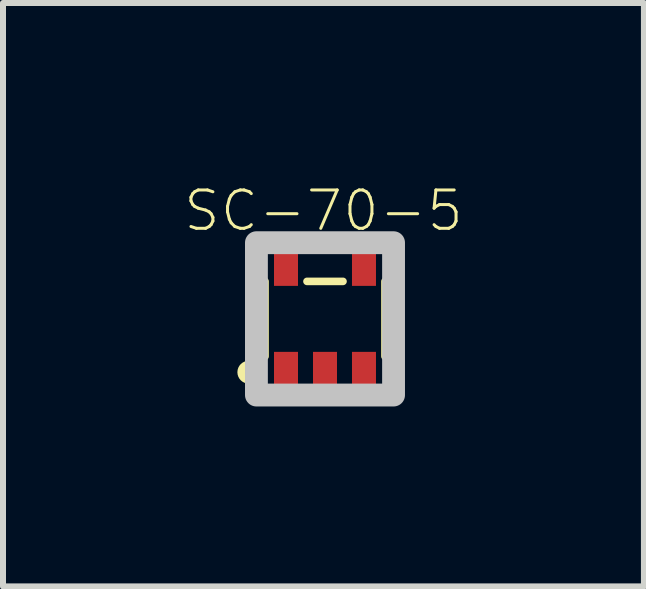
<source format=kicad_pcb>
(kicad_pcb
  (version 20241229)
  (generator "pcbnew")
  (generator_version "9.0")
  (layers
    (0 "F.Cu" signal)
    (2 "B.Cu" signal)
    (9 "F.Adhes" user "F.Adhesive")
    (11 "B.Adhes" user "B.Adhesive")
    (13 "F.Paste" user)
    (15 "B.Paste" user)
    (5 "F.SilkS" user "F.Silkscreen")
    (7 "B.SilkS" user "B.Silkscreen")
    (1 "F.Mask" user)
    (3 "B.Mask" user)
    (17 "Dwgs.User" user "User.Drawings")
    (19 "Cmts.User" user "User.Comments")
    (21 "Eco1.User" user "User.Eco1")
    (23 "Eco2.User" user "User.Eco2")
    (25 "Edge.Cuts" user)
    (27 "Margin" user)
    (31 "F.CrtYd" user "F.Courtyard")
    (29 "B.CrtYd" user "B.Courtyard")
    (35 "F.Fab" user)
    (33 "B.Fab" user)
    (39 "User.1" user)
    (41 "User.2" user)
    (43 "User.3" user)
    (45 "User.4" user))
  (footprint "SC-70-5"
    (layer "F.Cu")
    (at 2.368 2.266)
    (property "Reference" "SC-70-5" (at -0.025 -1.803 0) (layer "F.SilkS") (effects (font (size 0.64 0.64) (thickness 0.05))))
    (attr smd)
    (fp_line (start -1 0.625) (end -1 -0.625) (stroke (width 0.127) (type solid)) (layer "F.SilkS"))
    (fp_line (start -0.3 -0.625) (end 0.3 -0.625) (stroke (width 0.127) (type solid)) (layer "F.SilkS"))
    (fp_line (start 1 -0.625) (end 1 0.625) (stroke (width 0.127) (type solid)) (layer "F.SilkS"))
    (fp_circle (center -1.27 0.889) (end -1.143 0.889) (stroke (width 0.127) (type solid)) (fill no) (layer "F.SilkS"))
    (fp_poly (pts (xy -1.143 -1.27) (xy 1.143 -1.27) (xy 1.143 1.27) (xy -1.143 1.27)) (stroke (width 0.381) (type solid)) (fill no) (layer "Dwgs.User"))
    (pad "1" smd rect (at -0.65 0.925) (size 0.4 0.75) (layers "F.Cu" "F.Mask" "F.Paste"))
    (pad "2" smd rect (at 0 0.925) (size 0.4 0.75) (layers "F.Cu" "F.Mask" "F.Paste"))
    (pad "3" smd rect (at 0.65 0.925) (size 0.4 0.75) (layers "F.Cu" "F.Mask" "F.Paste"))
    (pad "4" smd rect (at 0.65 -0.925) (size 0.4 0.75) (layers "F.Cu" "F.Mask" "F.Paste"))
    (pad "5" smd rect (at -0.65 -0.925) (size 0.4 0.75) (layers "F.Cu" "F.Mask" "F.Paste")))
  (gr_rect
    (start -3 -3)
    (end 7.685 6.726)
    (stroke (width 0.1) (type default))
    (fill no)
    (layer "Edge.Cuts")))
</source>
